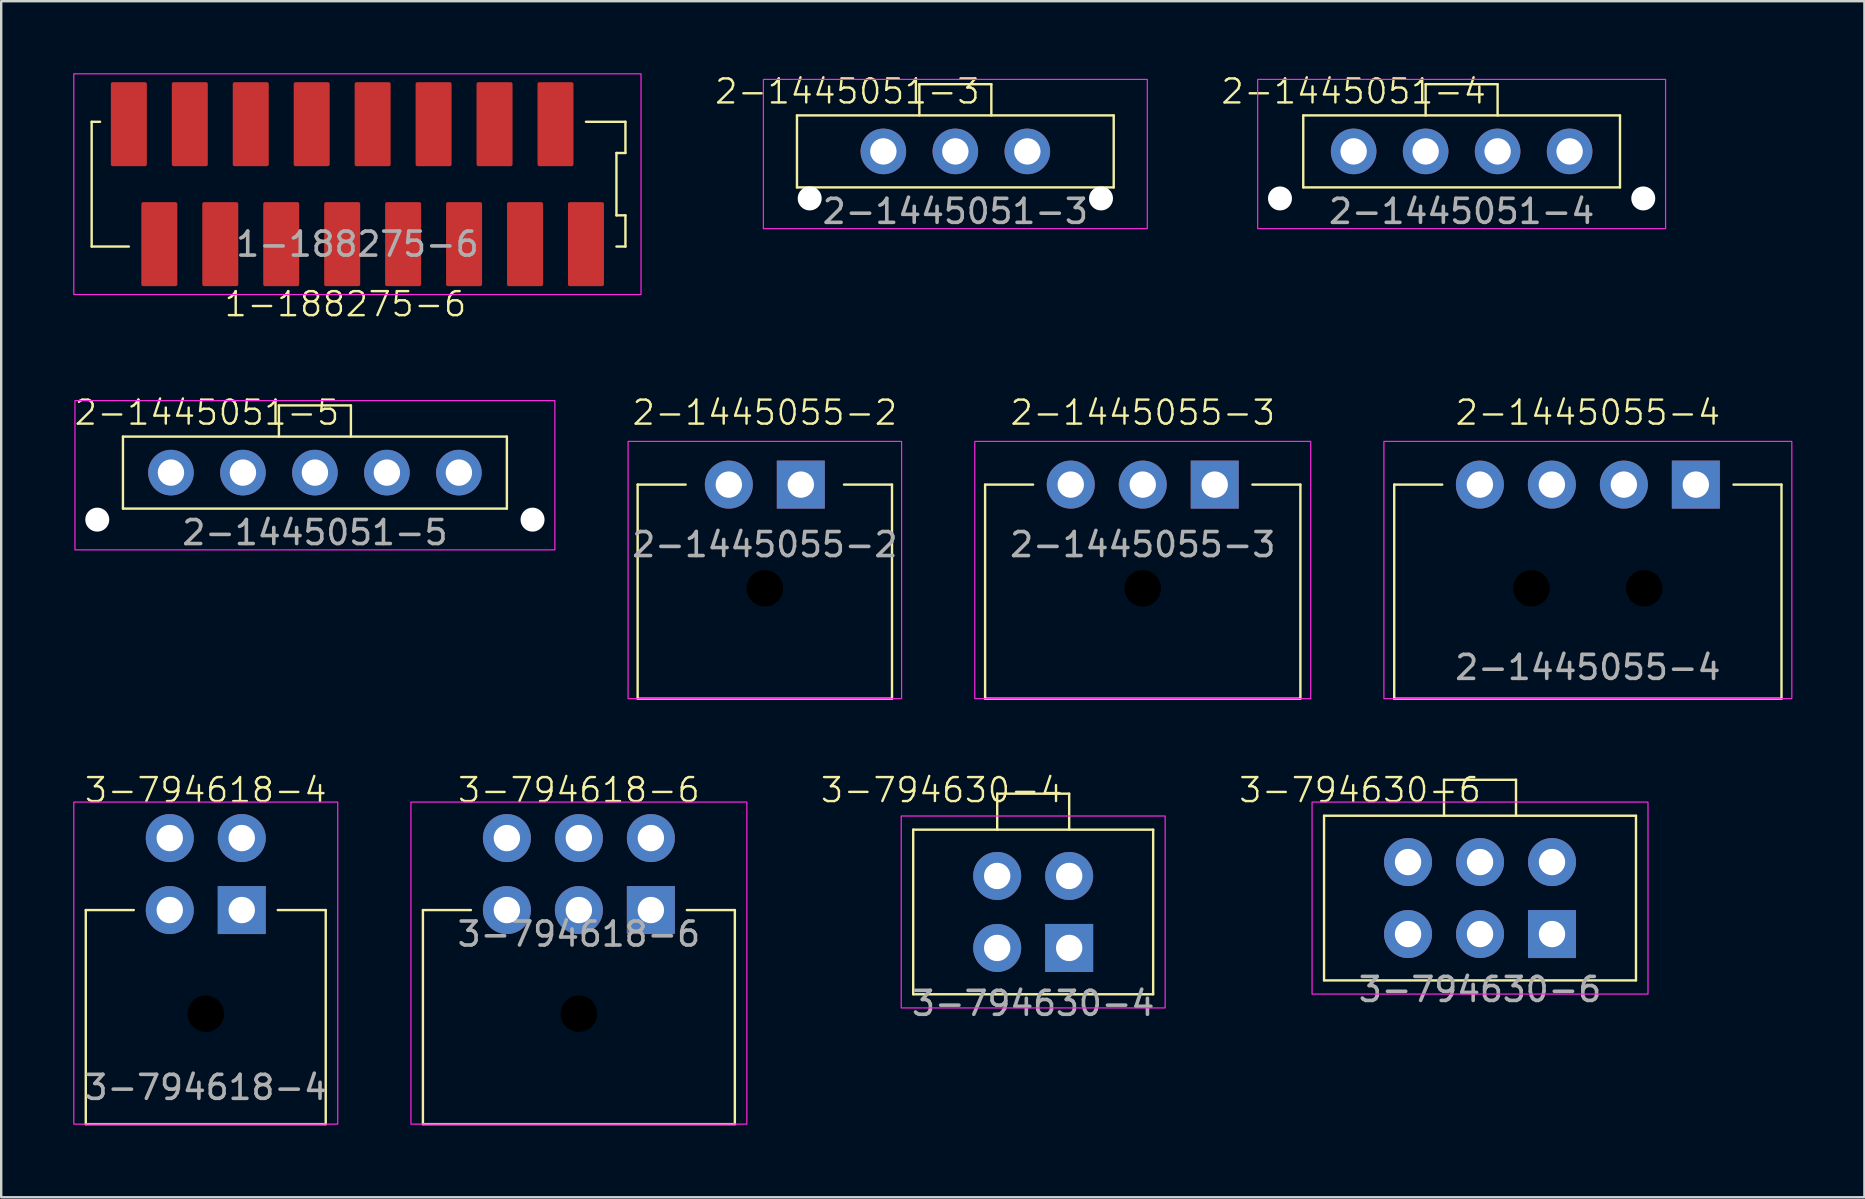
<source format=kicad_pcb>
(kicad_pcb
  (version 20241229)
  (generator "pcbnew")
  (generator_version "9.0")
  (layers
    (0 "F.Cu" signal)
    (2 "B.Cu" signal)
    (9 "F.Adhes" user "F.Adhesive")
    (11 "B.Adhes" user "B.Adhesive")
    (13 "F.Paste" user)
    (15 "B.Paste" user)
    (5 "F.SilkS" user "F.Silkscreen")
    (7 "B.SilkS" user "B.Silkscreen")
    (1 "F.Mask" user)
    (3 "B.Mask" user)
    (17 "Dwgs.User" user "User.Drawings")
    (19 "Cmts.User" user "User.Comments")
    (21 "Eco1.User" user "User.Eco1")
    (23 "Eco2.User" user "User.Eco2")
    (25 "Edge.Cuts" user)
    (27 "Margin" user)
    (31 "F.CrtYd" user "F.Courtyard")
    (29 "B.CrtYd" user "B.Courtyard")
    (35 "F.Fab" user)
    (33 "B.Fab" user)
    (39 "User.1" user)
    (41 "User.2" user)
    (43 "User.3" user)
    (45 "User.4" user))
  (footprint "3-794618-6"
    (layer "F.Cu")
    (at 21.075 33.377)
    (property "Reference" "3-794618-6" (at 0 -3.5 0) (unlocked yes) (layer "F.SilkS") (effects (font (size 1 1) (thickness 0.1))))
    (attr through_hole)
    (fp_line (start -6.5 1.5) (end -6.5 10.42) (stroke (width 0.1) (type default)) (layer "F.SilkS"))
    (fp_line (start -6.5 10.42) (end 6.5 10.42) (stroke (width 0.1) (type default)) (layer "F.SilkS"))
    (fp_line (start -4.5 1.5) (end -6.5 1.5) (stroke (width 0.1) (type default)) (layer "F.SilkS"))
    (fp_line (start 4.5 1.5) (end 6.5 1.5) (stroke (width 0.1) (type default)) (layer "F.SilkS"))
    (fp_line (start 6.5 10.42) (end 6.5 1.5) (stroke (width 0.1) (type default)) (layer "F.SilkS"))
    (fp_rect (start -7 -3) (end 7 10.42) (stroke (width 0.05) (type default)) (fill no) (layer "F.CrtYd"))
    (fp_text user "${REFERENCE}" (at 0 2.5 0) (unlocked yes) (layer "F.Fab") (effects (font (size 1 1) (thickness 0.15))))
    (pad "" np_thru_hole circle (at 0 5.82) (size 1.524 1.524) (drill 3) (layers "*.Mask"))
    (pad "1" thru_hole rect (at 3 1.5) (size 2 2) (drill 1.1) (layers "*.Cu" "*.Mask"))
    (pad "2" thru_hole circle (at 0 1.5) (size 2 2) (drill 1.1) (layers "*.Cu" "*.Mask"))
    (pad "3" thru_hole circle (at -3 1.5) (size 2 2) (drill 1.1) (layers "*.Cu" "*.Mask"))
    (pad "4" thru_hole circle (at 3 -1.5) (size 2 2) (drill 1.1) (layers "*.Cu" "*.Mask"))
    (pad "5" thru_hole circle (at 0 -1.5) (size 2 2) (drill 1.1) (layers "*.Cu" "*.Mask"))
    (pad "6" thru_hole circle (at -3 -1.5) (size 2 2) (drill 1.1) (layers "*.Cu" "*.Mask")))
  (footprint "2-1445055-4"
    (layer "F.Cu")
    (at 63.124 17.146)
    (property "Reference" "2-1445055-4" (at 0 -3 0) (unlocked yes) (layer "F.SilkS") (effects (font (size 1 1) (thickness 0.1))))
    (attr through_hole)
    (fp_line (start -8.07 0) (end -8.07 8.92) (stroke (width 0.1) (type default)) (layer "F.SilkS"))
    (fp_line (start -8.07 8.92) (end 8.07 8.92) (stroke (width 0.1) (type default)) (layer "F.SilkS"))
    (fp_line (start -6.07 0) (end -8.07 0) (stroke (width 0.1) (type default)) (layer "F.SilkS"))
    (fp_line (start 6.07 0) (end 8.07 0) (stroke (width 0.1) (type default)) (layer "F.SilkS"))
    (fp_line (start 8.07 0) (end 8.07 8.92) (stroke (width 0.1) (type default)) (layer "F.SilkS"))
    (fp_rect (start -8.5 -1.8) (end 8.5 8.92) (stroke (width 0.05) (type default)) (fill no) (layer "F.CrtYd"))
    (fp_text user "${REFERENCE}" (at 0 7.62 0) (unlocked yes) (layer "F.Fab") (effects (font (size 1 1) (thickness 0.15))))
    (pad "" np_thru_hole circle (at -2.35 4.32) (size 1.524 1.524) (drill 3) (layers "*.Mask"))
    (pad "" np_thru_hole circle (at 2.35 4.32) (size 1.524 1.524) (drill 3) (layers "*.Mask"))
    (pad "1" thru_hole rect (at 4.5 0) (size 2 2) (drill 1.1) (layers "*.Cu" "*.Mask"))
    (pad "2" thru_hole circle (at 1.5 0) (size 2 2) (drill 1.1) (layers "*.Cu" "*.Mask"))
    (pad "3" thru_hole circle (at -1.5 0) (size 2 2) (drill 1.1) (layers "*.Cu" "*.Mask"))
    (pad "4" thru_hole circle (at -4.5 0) (size 2 2) (drill 1.1) (layers "*.Cu" "*.Mask")))
  (footprint "2-1445051-5"
    (layer "F.Cu")
    (at 10.074 16.646)
    (property "Reference" "2-1445051-5" (at -4.5 -2.5 0) (unlocked yes) (layer "F.SilkS") (effects (font (size 1 1) (thickness 0.1))))
    (attr through_hole)
    (fp_line (start -8 1.5) (end -8 -1.5) (stroke (width 0.1) (type default)) (layer "F.SilkS"))
    (fp_line (start -1.5 -2.8) (end 1.5 -2.8) (stroke (width 0.1) (type default)) (layer "F.SilkS"))
    (fp_line (start -1.5 -1.5) (end -1.5 -2.8) (stroke (width 0.1) (type default)) (layer "F.SilkS"))
    (fp_line (start 1.5 -2.8) (end 1.5 -1.5) (stroke (width 0.1) (type default)) (layer "F.SilkS"))
    (fp_line (start 8 -1.5) (end -8 -1.5) (stroke (width 0.1) (type default)) (layer "F.SilkS"))
    (fp_line (start 8 -1.5) (end 8 1.5) (stroke (width 0.1) (type default)) (layer "F.SilkS"))
    (fp_line (start 8 1.5) (end -8 1.5) (stroke (width 0.1) (type default)) (layer "F.SilkS"))
    (fp_rect (start -10 -3) (end 10 3.22) (stroke (width 0.05) (type default)) (fill no) (layer "F.CrtYd"))
    (fp_text user "${REFERENCE}" (at 0 2.5 0) (unlocked yes) (layer "F.Fab") (effects (font (size 1 1) (thickness 0.15))))
    (pad "" np_thru_hole circle (at -9.07 1.96) (size 1 1) (drill 1.3) (layers "*.Cu" "*.Mask"))
    (pad "" np_thru_hole circle (at 9.07 1.96) (size 1 1) (drill 1.3) (layers "*.Cu" "*.Mask"))
    (pad "1" thru_hole circle (at 6 0) (size 1.9 1.9) (drill 1.1) (layers "*.Cu" "*.Mask"))
    (pad "2" thru_hole circle (at 3 0) (size 1.9 1.9) (drill 1.1) (layers "*.Cu" "*.Mask"))
    (pad "3" thru_hole circle (at 0 0) (size 1.9 1.9) (drill 1.1) (layers "*.Cu" "*.Mask"))
    (pad "4" thru_hole circle (at -3 0) (size 1.9 1.9) (drill 1.1) (layers "*.Cu" "*.Mask"))
    (pad "5" thru_hole circle (at -6 0 180) (size 1.9 1.9) (drill 1.1) (layers "*.Cu" "*.Mask")))
  (footprint "2-1445051-3"
    (layer "F.Cu")
    (at 36.764 3.26)
    (property "Reference" "2-1445051-3" (at -4.5 -2.5 0) (unlocked yes) (layer "F.SilkS") (effects (font (size 1 1) (thickness 0.1))))
    (attr through_hole)
    (fp_line (start -6.6 1.5) (end -6.6 -1.5) (stroke (width 0.1) (type default)) (layer "F.SilkS"))
    (fp_line (start -1.5 -2.8) (end 1.5 -2.8) (stroke (width 0.1) (type default)) (layer "F.SilkS"))
    (fp_line (start -1.5 -1.5) (end -1.5 -2.8) (stroke (width 0.1) (type default)) (layer "F.SilkS"))
    (fp_line (start 1.5 -2.8) (end 1.5 -1.5) (stroke (width 0.1) (type default)) (layer "F.SilkS"))
    (fp_line (start 6.6 -1.5) (end -6.6 -1.5) (stroke (width 0.1) (type default)) (layer "F.SilkS"))
    (fp_line (start 6.6 -1.5) (end 6.6 1.5) (stroke (width 0.1) (type default)) (layer "F.SilkS"))
    (fp_line (start 6.6 1.5) (end -6.6 1.5) (stroke (width 0.1) (type default)) (layer "F.SilkS"))
    (fp_rect (start -8 -3) (end 8 3.22) (stroke (width 0.05) (type default)) (fill no) (layer "F.CrtYd"))
    (fp_text user "${REFERENCE}" (at 0 2.5 0) (unlocked yes) (layer "F.Fab") (effects (font (size 1 1) (thickness 0.15))))
    (pad "" np_thru_hole circle (at -6.07 1.96) (size 1 1) (drill 1.3) (layers "*.Cu" "*.Mask"))
    (pad "" np_thru_hole circle (at 6.07 1.96) (size 1 1) (drill 1.3) (layers "*.Cu" "*.Mask"))
    (pad "1" thru_hole circle (at 3 0) (size 1.9 1.9) (drill 1.1) (layers "*.Cu" "*.Mask"))
    (pad "2" thru_hole circle (at 0 0) (size 1.9 1.9) (drill 1.1) (layers "*.Cu" "*.Mask"))
    (pad "3" thru_hole circle (at -3 0) (size 1.9 1.9) (drill 1.1) (layers "*.Cu" "*.Mask")))
  (footprint "3-794630-6"
    (layer "F.Cu")
    (at 58.63 34.377)
    (property "Reference" "3-794630-6" (at -5 -4.5 0) (unlocked yes) (layer "F.SilkS") (effects (font (size 1 1) (thickness 0.1))))
    (attr through_hole)
    (fp_line (start -6.5 -3.43) (end -6.5 3.43) (stroke (width 0.1) (type default)) (layer "F.SilkS"))
    (fp_line (start -6.5 3.43) (end 6.5 3.43) (stroke (width 0.1) (type default)) (layer "F.SilkS"))
    (fp_line (start -1.5 -4.93) (end 1.5 -4.93) (stroke (width 0.1) (type default)) (layer "F.SilkS"))
    (fp_line (start -1.5 -3.43) (end -1.5 -4.93) (stroke (width 0.1) (type default)) (layer "F.SilkS"))
    (fp_line (start 1.5 -3.43) (end 1.5 -4.93) (stroke (width 0.1) (type default)) (layer "F.SilkS"))
    (fp_line (start 6.5 -3.43) (end -6.5 -3.43) (stroke (width 0.1) (type default)) (layer "F.SilkS"))
    (fp_line (start 6.5 3.43) (end 6.5 -3.43) (stroke (width 0.1) (type default)) (layer "F.SilkS"))
    (fp_rect (start -7 -4) (end 7 4) (stroke (width 0.05) (type default)) (fill no) (layer "F.CrtYd"))
    (fp_text user "${REFERENCE}" (at 0 3.81 0) (unlocked yes) (layer "F.Fab") (effects (font (size 1 1) (thickness 0.15))))
    (pad "1" thru_hole rect (at 3 1.5) (size 2 2) (drill 1.1) (layers "*.Cu" "*.Mask"))
    (pad "2" thru_hole circle (at 0 1.5) (size 2 2) (drill 1.1) (layers "*.Cu" "*.Mask"))
    (pad "3" thru_hole circle (at -3 1.5) (size 2 2) (drill 1.1) (layers "*.Cu" "*.Mask"))
    (pad "4" thru_hole circle (at 3 -1.5) (size 2 2) (drill 1.1) (layers "*.Cu" "*.Mask"))
    (pad "5" thru_hole circle (at 0 -1.5) (size 2 2) (drill 1.1) (layers "*.Cu" "*.Mask"))
    (pad "6" thru_hole circle (at -3 -1.5) (size 2 2) (drill 1.1) (layers "*.Cu" "*.Mask")))
  (footprint "2-1445051-4"
    (layer "F.Cu")
    (at 57.863 3.26)
    (property "Reference" "2-1445051-4" (at -4.5 -2.5 0) (unlocked yes) (layer "F.SilkS") (effects (font (size 1 1) (thickness 0.1))))
    (attr through_hole)
    (fp_line (start -6.6 1.5) (end -6.6 -1.5) (stroke (width 0.1) (type default)) (layer "F.SilkS"))
    (fp_line (start -1.5 -2.8) (end 1.5 -2.8) (stroke (width 0.1) (type default)) (layer "F.SilkS"))
    (fp_line (start -1.5 -1.5) (end -1.5 -2.8) (stroke (width 0.1) (type default)) (layer "F.SilkS"))
    (fp_line (start 1.5 -2.8) (end 1.5 -1.5) (stroke (width 0.1) (type default)) (layer "F.SilkS"))
    (fp_line (start 6.6 -1.5) (end -6.6 -1.5) (stroke (width 0.1) (type default)) (layer "F.SilkS"))
    (fp_line (start 6.6 -1.5) (end 6.6 1.5) (stroke (width 0.1) (type default)) (layer "F.SilkS"))
    (fp_line (start 6.6 1.5) (end -6.6 1.5) (stroke (width 0.1) (type default)) (layer "F.SilkS"))
    (fp_rect (start -8.5 -3) (end 8.5 3.22) (stroke (width 0.05) (type default)) (fill no) (layer "F.CrtYd"))
    (fp_text user "${REFERENCE}" (at 0 2.5 0) (unlocked yes) (layer "F.Fab") (effects (font (size 1 1) (thickness 0.15))))
    (pad "" np_thru_hole circle (at -7.57 1.96) (size 1 1) (drill 1.3) (layers "*.Cu" "*.Mask"))
    (pad "" np_thru_hole circle (at 7.57 1.96) (size 1 1) (drill 1.3) (layers "*.Cu" "*.Mask"))
    (pad "1" thru_hole circle (at 4.5 0) (size 1.9 1.9) (drill 1.1) (layers "*.Cu" "*.Mask"))
    (pad "2" thru_hole circle (at 1.5 0) (size 1.9 1.9) (drill 1.1) (layers "*.Cu" "*.Mask"))
    (pad "3" thru_hole circle (at -1.5 0) (size 1.9 1.9) (drill 1.1) (layers "*.Cu" "*.Mask"))
    (pad "4" thru_hole circle (at -4.5 0) (size 1.9 1.9) (drill 1.1) (layers "*.Cu" "*.Mask")))
  (footprint "2-1445055-3"
    (layer "F.Cu")
    (at 44.574 17.146)
    (property "Reference" "2-1445055-3" (at 0 -3 0) (unlocked yes) (layer "F.SilkS") (effects (font (size 1 1) (thickness 0.1))))
    (attr through_hole)
    (fp_line (start -6.57 0) (end -6.57 8.92) (stroke (width 0.1) (type default)) (layer "F.SilkS"))
    (fp_line (start -6.57 0) (end -4.57 0) (stroke (width 0.1) (type default)) (layer "F.SilkS"))
    (fp_line (start -6.57 8.92) (end 6.57 8.92) (stroke (width 0.1) (type default)) (layer "F.SilkS"))
    (fp_line (start 6.57 0) (end 4.57 0) (stroke (width 0.1) (type default)) (layer "F.SilkS"))
    (fp_line (start 6.57 0) (end 6.57 8.92) (stroke (width 0.1) (type default)) (layer "F.SilkS"))
    (fp_rect (start -7 -1.8) (end 7 8.92) (stroke (width 0.05) (type default)) (fill no) (layer "F.CrtYd"))
    (fp_text user "${REFERENCE}" (at 0 2.5 0) (unlocked yes) (layer "F.Fab") (effects (font (size 1 1) (thickness 0.15))))
    (pad "" np_thru_hole circle (at 0 4.32) (size 1.524 1.524) (drill 3) (layers "*.Mask"))
    (pad "1" thru_hole rect (at 3 0) (size 2 2) (drill 1.1) (layers "*.Cu" "*.Mask"))
    (pad "2" thru_hole circle (at 0 0) (size 2 2) (drill 1.1) (layers "*.Cu" "*.Mask"))
    (pad "3" thru_hole circle (at -3 0) (size 2 2) (drill 1.1) (layers "*.Cu" "*.Mask")))
  (footprint "3-794618-4"
    (layer "F.Cu")
    (at 5.525 33.377)
    (property "Reference" "3-794618-4" (at 0 -3.5 0) (unlocked yes) (layer "F.SilkS") (effects (font (size 1 1) (thickness 0.1))))
    (attr through_hole)
    (fp_line (start -5 1.5) (end -5 10.42) (stroke (width 0.1) (type default)) (layer "F.SilkS"))
    (fp_line (start -5 10.42) (end 5 10.42) (stroke (width 0.1) (type default)) (layer "F.SilkS"))
    (fp_line (start -3 1.5) (end -5 1.5) (stroke (width 0.1) (type default)) (layer "F.SilkS"))
    (fp_line (start 5 1.5) (end 3 1.5) (stroke (width 0.1) (type default)) (layer "F.SilkS"))
    (fp_line (start 5 10.42) (end 5 1.5) (stroke (width 0.1) (type default)) (layer "F.SilkS"))
    (fp_rect (start -5.5 -3) (end 5.5 10.42) (stroke (width 0.05) (type default)) (fill no) (layer "F.CrtYd"))
    (fp_text user "${REFERENCE}" (at 0 8.89 0) (unlocked yes) (layer "F.Fab") (effects (font (size 1 1) (thickness 0.15))))
    (pad "" np_thru_hole circle (at 0 5.82) (size 1.524 1.524) (drill 3) (layers "*.Mask"))
    (pad "1" thru_hole rect (at 1.5 1.5) (size 2 2) (drill 1.1) (layers "*.Cu" "*.Mask"))
    (pad "2" thru_hole circle (at -1.5 1.5) (size 2 2) (drill 1.1) (layers "*.Cu" "*.Mask"))
    (pad "3" thru_hole circle (at 1.5 -1.5) (size 2 2) (drill 1.1) (layers "*.Cu" "*.Mask"))
    (pad "4" thru_hole circle (at -1.5 -1.5) (size 2 2) (drill 1.1) (layers "*.Cu" "*.Mask")))
  (footprint "2-1445055-2"
    (layer "F.Cu")
    (at 28.824 17.146)
    (property "Reference" "2-1445055-2" (at 0 -3 0) (unlocked yes) (layer "F.SilkS") (effects (font (size 1 1) (thickness 0.1))))
    (attr through_hole)
    (fp_line (start -5.3 0) (end -5.3 8.92) (stroke (width 0.1) (type default)) (layer "F.SilkS"))
    (fp_line (start -5.3 0) (end -3.3 0) (stroke (width 0.1) (type default)) (layer "F.SilkS"))
    (fp_line (start -5.3 8.92) (end 5.3 8.92) (stroke (width 0.1) (type default)) (layer "F.SilkS"))
    (fp_line (start 5.3 0) (end 3.3 0) (stroke (width 0.1) (type default)) (layer "F.SilkS"))
    (fp_line (start 5.3 0) (end 5.3 8.92) (stroke (width 0.1) (type default)) (layer "F.SilkS"))
    (fp_rect (start -5.7 -1.8) (end 5.7 8.92) (stroke (width 0.05) (type default)) (fill no) (layer "F.CrtYd"))
    (fp_text user "${REFERENCE}" (at 0 2.5 0) (unlocked yes) (layer "F.Fab") (effects (font (size 1 1) (thickness 0.15))))
    (pad "" np_thru_hole circle (at 0 4.32) (size 1.524 1.524) (drill 3) (layers "*.Mask"))
    (pad "1" thru_hole rect (at 1.5 0) (size 2 2) (drill 1.1) (layers "*.Cu" "*.Mask"))
    (pad "2" thru_hole circle (at -1.5 0) (size 2 2) (drill 1.1) (layers "*.Cu" "*.Mask")))
  (footprint "1-188275-6"
    (layer "F.Cu")
    (at 11.845 4.625)
    (property "Reference" "1-188275-6" (at -0.5 5 0) (unlocked yes) (layer "F.SilkS") (effects (font (size 1 1) (thickness 0.1))))
    (attr smd)
    (fp_line (start -11.075 -2.6) (end -10.725 -2.6) (stroke (width 0.1) (type default)) (layer "F.SilkS"))
    (fp_line (start -11.075 2.6) (end -11.075 -2.6) (stroke (width 0.1) (type default)) (layer "F.SilkS"))
    (fp_line (start -11.075 2.6) (end -9.525 2.6) (stroke (width 0.1) (type default)) (layer "F.SilkS"))
    (fp_line (start 9.525 -2.6) (end 11.17 -2.6) (stroke (width 0.1) (type default)) (layer "F.SilkS"))
    (fp_line (start 10.795 -1.3) (end 10.795 1.3) (stroke (width 0.1) (type default)) (layer "F.SilkS"))
    (fp_line (start 11.17 -2.6) (end 11.17 -1.3) (stroke (width 0.1) (type default)) (layer "F.SilkS"))
    (fp_line (start 11.17 -1.3) (end 10.795 -1.3) (stroke (width 0.1) (type default)) (layer "F.SilkS"))
    (fp_line (start 11.17 1.3) (end 10.795 1.3) (stroke (width 0.1) (type default)) (layer "F.SilkS"))
    (fp_line (start 11.17 1.3) (end 11.17 2.6) (stroke (width 0.1) (type default)) (layer "F.SilkS"))
    (fp_line (start 11.17 2.6) (end 10.795 2.6) (stroke (width 0.1) (type default)) (layer "F.SilkS"))
    (fp_rect (start -11.82 -4.6) (end 11.82 4.6) (stroke (width 0.05) (type default)) (fill no) (layer "F.CrtYd"))
    (fp_text user "${REFERENCE}" (at 0 2.5 0) (unlocked yes) (layer "F.Fab") (effects (font (size 1 1) (thickness 0.15))))
    (pad "1" smd roundrect (at 9.525 2.5 90) (size 3.5 1.5) (layers "F.Cu" "F.Mask" "F.Paste") (roundrect_rratio 0.05))
    (pad "2" smd roundrect (at 8.255 -2.5) (size 1.5 3.5) (layers "F.Cu" "F.Mask" "F.Paste") (roundrect_rratio 0.05))
    (pad "3" smd roundrect (at 6.985 2.5 90) (size 3.5 1.5) (layers "F.Cu" "F.Mask" "F.Paste") (roundrect_rratio 0.05))
    (pad "4" smd roundrect (at 5.715 -2.5 90) (size 3.5 1.5) (layers "F.Cu" "F.Mask" "F.Paste") (roundrect_rratio 0.05))
    (pad "5" smd roundrect (at 4.445 2.5 90) (size 3.5 1.5) (layers "F.Cu" "F.Mask" "F.Paste") (roundrect_rratio 0.05))
    (pad "6" smd roundrect (at 3.175 -2.5 90) (size 3.5 1.5) (layers "F.Cu" "F.Mask" "F.Paste") (roundrect_rratio 0.05))
    (pad "7" smd roundrect (at 1.905 2.5 90) (size 3.5 1.5) (layers "F.Cu" "F.Mask" "F.Paste") (roundrect_rratio 0.05))
    (pad "8" smd roundrect (at 0.635 -2.5 90) (size 3.5 1.5) (layers "F.Cu" "F.Mask" "F.Paste") (roundrect_rratio 0.05))
    (pad "9" smd roundrect (at -0.635 2.5 90) (size 3.5 1.5) (layers "F.Cu" "F.Mask" "F.Paste") (roundrect_rratio 0.05))
    (pad "10" smd roundrect (at -1.905 -2.5 90) (size 3.5 1.5) (layers "F.Cu" "F.Mask" "F.Paste") (roundrect_rratio 0.05))
    (pad "11" smd roundrect (at -3.175 2.5 90) (size 3.5 1.5) (layers "F.Cu" "F.Mask" "F.Paste") (roundrect_rratio 0.05))
    (pad "12" smd roundrect (at -4.445 -2.5 90) (size 3.5 1.5) (layers "F.Cu" "F.Mask" "F.Paste") (roundrect_rratio 0.05))
    (pad "13" smd roundrect (at -5.715 2.5 90) (size 3.5 1.5) (layers "F.Cu" "F.Mask" "F.Paste") (roundrect_rratio 0.05))
    (pad "14" smd roundrect (at -6.985 -2.5 90) (size 3.5 1.5) (layers "F.Cu" "F.Mask" "F.Paste") (roundrect_rratio 0.05))
    (pad "15" smd roundrect (at -8.255 2.5 90) (size 3.5 1.5) (layers "F.Cu" "F.Mask" "F.Paste") (roundrect_rratio 0.05))
    (pad "16" smd roundrect (at -9.525 -2.5 90) (size 3.5 1.5) (layers "F.Cu" "F.Mask" "F.Paste") (roundrect_rratio 0.05)))
  (footprint "3-794630-4"
    (layer "F.Cu")
    (at 40.008 34.956)
    (property "Reference" "3-794630-4" (at -3.81 -5.08 0) (unlocked yes) (layer "F.SilkS") (effects (font (size 1 1) (thickness 0.1))))
    (attr through_hole)
    (fp_line (start -5 -3.43) (end -5 3.43) (stroke (width 0.1) (type default)) (layer "F.SilkS"))
    (fp_line (start -5 3.43) (end 5 3.43) (stroke (width 0.1) (type default)) (layer "F.SilkS"))
    (fp_line (start -1.5 -4.93) (end 1.5 -4.93) (stroke (width 0.1) (type default)) (layer "F.SilkS"))
    (fp_line (start -1.5 -3.43) (end -1.5 -4.93) (stroke (width 0.1) (type default)) (layer "F.SilkS"))
    (fp_line (start 1.5 -3.43) (end 1.5 -4.93) (stroke (width 0.1) (type default)) (layer "F.SilkS"))
    (fp_line (start 5 -3.43) (end -5 -3.43) (stroke (width 0.1) (type default)) (layer "F.SilkS"))
    (fp_line (start 5 3.43) (end 5 -3.43) (stroke (width 0.1) (type default)) (layer "F.SilkS"))
    (fp_rect (start -5.5 -4) (end 5.5 4) (stroke (width 0.05) (type default)) (fill no) (layer "F.CrtYd"))
    (fp_text user "${REFERENCE}" (at 0 3.81 0) (unlocked yes) (layer "F.Fab") (effects (font (size 1 1) (thickness 0.15))))
    (pad "1" thru_hole rect (at 1.5 1.5) (size 2 2) (drill 1.1) (layers "*.Cu" "*.Mask"))
    (pad "2" thru_hole circle (at -1.5 1.5) (size 2 2) (drill 1.1) (layers "*.Cu" "*.Mask"))
    (pad "3" thru_hole circle (at 1.5 -1.5) (size 2 2) (drill 1.1) (layers "*.Cu" "*.Mask"))
    (pad "4" thru_hole circle (at -1.5 -1.5) (size 2 2) (drill 1.1) (layers "*.Cu" "*.Mask")))
  (gr_rect
    (start -3 -3)
    (end 74.649 46.846)
    (stroke (width 0.1) (type default))
    (fill no)
    (layer "Edge.Cuts")))
</source>
